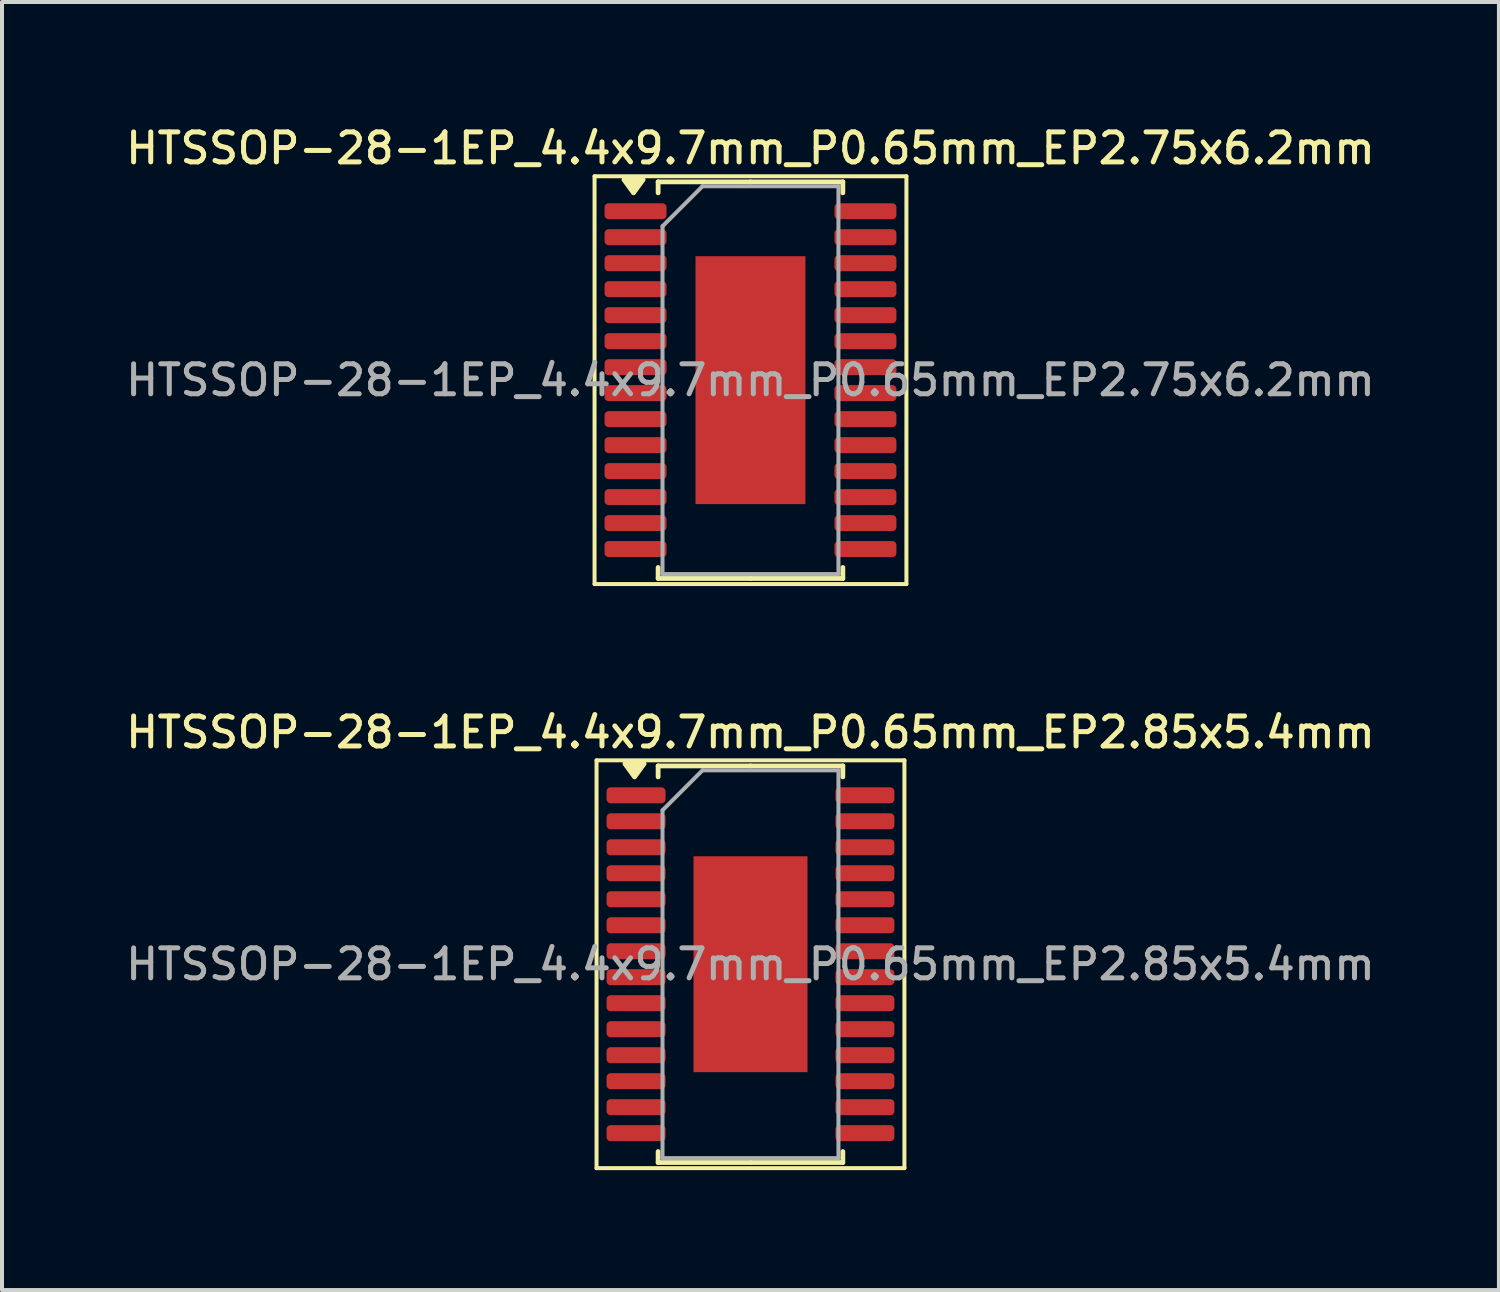
<source format=kicad_pcb>
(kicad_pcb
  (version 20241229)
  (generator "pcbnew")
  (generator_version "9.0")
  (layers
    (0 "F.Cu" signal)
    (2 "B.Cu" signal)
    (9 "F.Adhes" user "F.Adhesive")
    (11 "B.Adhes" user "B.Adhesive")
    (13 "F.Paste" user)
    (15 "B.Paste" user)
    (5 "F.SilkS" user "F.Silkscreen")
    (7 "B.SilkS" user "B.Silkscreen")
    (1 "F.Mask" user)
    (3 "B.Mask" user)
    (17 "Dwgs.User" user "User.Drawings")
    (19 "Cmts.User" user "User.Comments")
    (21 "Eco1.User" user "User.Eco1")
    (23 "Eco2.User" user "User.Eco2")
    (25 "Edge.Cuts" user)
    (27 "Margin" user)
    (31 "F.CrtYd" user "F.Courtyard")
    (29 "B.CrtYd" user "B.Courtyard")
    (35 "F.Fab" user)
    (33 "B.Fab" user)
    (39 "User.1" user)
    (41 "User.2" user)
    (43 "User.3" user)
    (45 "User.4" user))
  (footprint "HTSSOP-28-1EP_4.4x9.7mm_P0.65mm_EP2.85x5.4mm"
    (layer "F.Cu")
    (at 15.72 21.066)
    (property "Reference" "HTSSOP-28-1EP_4.4x9.7mm_P0.65mm_EP2.85x5.4mm" (at 0 -5.8 0) (layer "F.SilkS") (effects (font (size 0.75 0.75) (thickness 0.125))))
    (attr smd)
    (fp_line (start -3.85 -5.1) (end -3.85 5.1) (stroke (width 0.1) (type solid)) (layer "F.SilkS"))
    (fp_line (start -3.85 5.1) (end 3.85 5.1) (stroke (width 0.1) (type solid)) (layer "F.SilkS"))
    (fp_line (start -2.31 -4.96) (end -2.31 -4.685) (stroke (width 0.12) (type solid)) (layer "F.SilkS"))
    (fp_line (start -2.31 4.96) (end -2.31 4.685) (stroke (width 0.12) (type solid)) (layer "F.SilkS"))
    (fp_line (start 0 -4.96) (end -2.31 -4.96) (stroke (width 0.12) (type solid)) (layer "F.SilkS"))
    (fp_line (start 0 -4.96) (end 2.31 -4.96) (stroke (width 0.12) (type solid)) (layer "F.SilkS"))
    (fp_line (start 0 4.96) (end -2.31 4.96) (stroke (width 0.12) (type solid)) (layer "F.SilkS"))
    (fp_line (start 0 4.96) (end 2.31 4.96) (stroke (width 0.12) (type solid)) (layer "F.SilkS"))
    (fp_line (start 2.31 -4.96) (end 2.31 -4.685) (stroke (width 0.12) (type solid)) (layer "F.SilkS"))
    (fp_line (start 2.31 4.96) (end 2.31 4.685) (stroke (width 0.12) (type solid)) (layer "F.SilkS"))
    (fp_line (start 3.85 -5.1) (end -3.85 -5.1) (stroke (width 0.1) (type solid)) (layer "F.SilkS"))
    (fp_line (start 3.85 5.1) (end 3.85 -5.1) (stroke (width 0.1) (type solid)) (layer "F.SilkS"))
    (fp_poly (pts (xy -2.9 -4.685) (xy -3.14 -5.015) (xy -2.66 -5.015) (xy -2.9 -4.685)) (stroke (width 0.12) (type solid)) (fill yes) (layer "F.SilkS"))
    (fp_line (start -2.2 -3.85) (end -1.2 -4.85) (stroke (width 0.1) (type solid)) (layer "F.Fab"))
    (fp_line (start -2.2 4.85) (end -2.2 -3.85) (stroke (width 0.1) (type solid)) (layer "F.Fab"))
    (fp_line (start -1.2 -4.85) (end 2.2 -4.85) (stroke (width 0.1) (type solid)) (layer "F.Fab"))
    (fp_line (start 2.2 -4.85) (end 2.2 4.85) (stroke (width 0.1) (type solid)) (layer "F.Fab"))
    (fp_line (start 2.2 4.85) (end -2.2 4.85) (stroke (width 0.1) (type solid)) (layer "F.Fab"))
    (fp_text user "${REFERENCE}" (at 0 0 0) (layer "F.Fab") (effects (font (size 0.75 0.75) (thickness 0.125))))
    (pad "" smd roundrect (at 0 0) (size 2.3 4.35) (layers "F.Paste") (roundrect_rratio 0.109))
    (pad "1" smd roundrect (at -2.862 -4.225) (size 1.475 0.4) (layers "F.Cu" "F.Mask" "F.Paste") (roundrect_rratio 0.25))
    (pad "2" smd roundrect (at -2.862 -3.575) (size 1.475 0.4) (layers "F.Cu" "F.Mask" "F.Paste") (roundrect_rratio 0.25))
    (pad "3" smd roundrect (at -2.862 -2.925) (size 1.475 0.4) (layers "F.Cu" "F.Mask" "F.Paste") (roundrect_rratio 0.25))
    (pad "4" smd roundrect (at -2.862 -2.275) (size 1.475 0.4) (layers "F.Cu" "F.Mask" "F.Paste") (roundrect_rratio 0.25))
    (pad "5" smd roundrect (at -2.862 -1.625) (size 1.475 0.4) (layers "F.Cu" "F.Mask" "F.Paste") (roundrect_rratio 0.25))
    (pad "6" smd roundrect (at -2.862 -0.975) (size 1.475 0.4) (layers "F.Cu" "F.Mask" "F.Paste") (roundrect_rratio 0.25))
    (pad "7" smd roundrect (at -2.862 -0.325) (size 1.475 0.4) (layers "F.Cu" "F.Mask" "F.Paste") (roundrect_rratio 0.25))
    (pad "8" smd roundrect (at -2.862 0.325) (size 1.475 0.4) (layers "F.Cu" "F.Mask" "F.Paste") (roundrect_rratio 0.25))
    (pad "9" smd roundrect (at -2.862 0.975) (size 1.475 0.4) (layers "F.Cu" "F.Mask" "F.Paste") (roundrect_rratio 0.25))
    (pad "10" smd roundrect (at -2.862 1.625) (size 1.475 0.4) (layers "F.Cu" "F.Mask" "F.Paste") (roundrect_rratio 0.25))
    (pad "11" smd roundrect (at -2.862 2.275) (size 1.475 0.4) (layers "F.Cu" "F.Mask" "F.Paste") (roundrect_rratio 0.25))
    (pad "12" smd roundrect (at -2.862 2.925) (size 1.475 0.4) (layers "F.Cu" "F.Mask" "F.Paste") (roundrect_rratio 0.25))
    (pad "13" smd roundrect (at -2.862 3.575) (size 1.475 0.4) (layers "F.Cu" "F.Mask" "F.Paste") (roundrect_rratio 0.25))
    (pad "14" smd roundrect (at -2.862 4.225) (size 1.475 0.4) (layers "F.Cu" "F.Mask" "F.Paste") (roundrect_rratio 0.25))
    (pad "15" smd roundrect (at 2.862 4.225) (size 1.475 0.4) (layers "F.Cu" "F.Mask" "F.Paste") (roundrect_rratio 0.25))
    (pad "16" smd roundrect (at 2.862 3.575) (size 1.475 0.4) (layers "F.Cu" "F.Mask" "F.Paste") (roundrect_rratio 0.25))
    (pad "17" smd roundrect (at 2.862 2.925) (size 1.475 0.4) (layers "F.Cu" "F.Mask" "F.Paste") (roundrect_rratio 0.25))
    (pad "18" smd roundrect (at 2.862 2.275) (size 1.475 0.4) (layers "F.Cu" "F.Mask" "F.Paste") (roundrect_rratio 0.25))
    (pad "19" smd roundrect (at 2.862 1.625) (size 1.475 0.4) (layers "F.Cu" "F.Mask" "F.Paste") (roundrect_rratio 0.25))
    (pad "20" smd roundrect (at 2.862 0.975) (size 1.475 0.4) (layers "F.Cu" "F.Mask" "F.Paste") (roundrect_rratio 0.25))
    (pad "21" smd roundrect (at 2.862 0.325) (size 1.475 0.4) (layers "F.Cu" "F.Mask" "F.Paste") (roundrect_rratio 0.25))
    (pad "22" smd roundrect (at 2.862 -0.325) (size 1.475 0.4) (layers "F.Cu" "F.Mask" "F.Paste") (roundrect_rratio 0.25))
    (pad "23" smd roundrect (at 2.862 -0.975) (size 1.475 0.4) (layers "F.Cu" "F.Mask" "F.Paste") (roundrect_rratio 0.25))
    (pad "24" smd roundrect (at 2.862 -1.625) (size 1.475 0.4) (layers "F.Cu" "F.Mask" "F.Paste") (roundrect_rratio 0.25))
    (pad "25" smd roundrect (at 2.862 -2.275) (size 1.475 0.4) (layers "F.Cu" "F.Mask" "F.Paste") (roundrect_rratio 0.25))
    (pad "26" smd roundrect (at 2.862 -2.925) (size 1.475 0.4) (layers "F.Cu" "F.Mask" "F.Paste") (roundrect_rratio 0.25))
    (pad "27" smd roundrect (at 2.862 -3.575) (size 1.475 0.4) (layers "F.Cu" "F.Mask" "F.Paste") (roundrect_rratio 0.25))
    (pad "28" smd roundrect (at 2.862 -4.225) (size 1.475 0.4) (layers "F.Cu" "F.Mask" "F.Paste") (roundrect_rratio 0.25))
    (pad "29" smd rect (at 0 0) (size 2.85 5.4) (property pad_prop_heatsink) (layers "F.Cu" "F.Mask")))
  (footprint "HTSSOP-28-1EP_4.4x9.7mm_P0.65mm_EP2.75x6.2mm"
    (layer "F.Cu")
    (at 15.72 6.458)
    (property "Reference" "HTSSOP-28-1EP_4.4x9.7mm_P0.65mm_EP2.75x6.2mm" (at 0 -5.8 0) (layer "F.SilkS") (effects (font (size 0.75 0.75) (thickness 0.125))))
    (attr smd)
    (fp_line (start -3.9 -5.1) (end -3.9 5.1) (stroke (width 0.1) (type solid)) (layer "F.SilkS"))
    (fp_line (start -3.9 5.1) (end 3.9 5.1) (stroke (width 0.1) (type solid)) (layer "F.SilkS"))
    (fp_line (start -2.31 -4.96) (end -2.31 -4.685) (stroke (width 0.12) (type solid)) (layer "F.SilkS"))
    (fp_line (start -2.31 4.96) (end -2.31 4.685) (stroke (width 0.12) (type solid)) (layer "F.SilkS"))
    (fp_line (start 0 -4.96) (end -2.31 -4.96) (stroke (width 0.12) (type solid)) (layer "F.SilkS"))
    (fp_line (start 0 -4.96) (end 2.31 -4.96) (stroke (width 0.12) (type solid)) (layer "F.SilkS"))
    (fp_line (start 0 4.96) (end -2.31 4.96) (stroke (width 0.12) (type solid)) (layer "F.SilkS"))
    (fp_line (start 0 4.96) (end 2.31 4.96) (stroke (width 0.12) (type solid)) (layer "F.SilkS"))
    (fp_line (start 2.31 -4.96) (end 2.31 -4.685) (stroke (width 0.12) (type solid)) (layer "F.SilkS"))
    (fp_line (start 2.31 4.96) (end 2.31 4.685) (stroke (width 0.12) (type solid)) (layer "F.SilkS"))
    (fp_line (start 3.9 -5.1) (end -3.9 -5.1) (stroke (width 0.1) (type solid)) (layer "F.SilkS"))
    (fp_line (start 3.9 5.1) (end 3.9 -5.1) (stroke (width 0.1) (type solid)) (layer "F.SilkS"))
    (fp_poly (pts (xy -2.925 -4.685) (xy -3.165 -5.015) (xy -2.685 -5.015) (xy -2.925 -4.685)) (stroke (width 0.12) (type solid)) (fill yes) (layer "F.SilkS"))
    (fp_line (start -2.2 -3.85) (end -1.2 -4.85) (stroke (width 0.1) (type solid)) (layer "F.Fab"))
    (fp_line (start -2.2 4.85) (end -2.2 -3.85) (stroke (width 0.1) (type solid)) (layer "F.Fab"))
    (fp_line (start -1.2 -4.85) (end 2.2 -4.85) (stroke (width 0.1) (type solid)) (layer "F.Fab"))
    (fp_line (start 2.2 -4.85) (end 2.2 4.85) (stroke (width 0.1) (type solid)) (layer "F.Fab"))
    (fp_line (start 2.2 4.85) (end -2.2 4.85) (stroke (width 0.1) (type solid)) (layer "F.Fab"))
    (fp_text user "${REFERENCE}" (at 0 0 0) (layer "F.Fab") (effects (font (size 0.75 0.75) (thickness 0.125))))
    (pad "" smd roundrect (at 0 0) (size 2.22 5) (layers "F.Paste") (roundrect_rratio 0.113))
    (pad "1" smd roundrect (at -2.875 -4.225) (size 1.55 0.4) (layers "F.Cu" "F.Mask" "F.Paste") (roundrect_rratio 0.25))
    (pad "2" smd roundrect (at -2.875 -3.575) (size 1.55 0.4) (layers "F.Cu" "F.Mask" "F.Paste") (roundrect_rratio 0.25))
    (pad "3" smd roundrect (at -2.875 -2.925) (size 1.55 0.4) (layers "F.Cu" "F.Mask" "F.Paste") (roundrect_rratio 0.25))
    (pad "4" smd roundrect (at -2.875 -2.275) (size 1.55 0.4) (layers "F.Cu" "F.Mask" "F.Paste") (roundrect_rratio 0.25))
    (pad "5" smd roundrect (at -2.875 -1.625) (size 1.55 0.4) (layers "F.Cu" "F.Mask" "F.Paste") (roundrect_rratio 0.25))
    (pad "6" smd roundrect (at -2.875 -0.975) (size 1.55 0.4) (layers "F.Cu" "F.Mask" "F.Paste") (roundrect_rratio 0.25))
    (pad "7" smd roundrect (at -2.875 -0.325) (size 1.55 0.4) (layers "F.Cu" "F.Mask" "F.Paste") (roundrect_rratio 0.25))
    (pad "8" smd roundrect (at -2.875 0.325) (size 1.55 0.4) (layers "F.Cu" "F.Mask" "F.Paste") (roundrect_rratio 0.25))
    (pad "9" smd roundrect (at -2.875 0.975) (size 1.55 0.4) (layers "F.Cu" "F.Mask" "F.Paste") (roundrect_rratio 0.25))
    (pad "10" smd roundrect (at -2.875 1.625) (size 1.55 0.4) (layers "F.Cu" "F.Mask" "F.Paste") (roundrect_rratio 0.25))
    (pad "11" smd roundrect (at -2.875 2.275) (size 1.55 0.4) (layers "F.Cu" "F.Mask" "F.Paste") (roundrect_rratio 0.25))
    (pad "12" smd roundrect (at -2.875 2.925) (size 1.55 0.4) (layers "F.Cu" "F.Mask" "F.Paste") (roundrect_rratio 0.25))
    (pad "13" smd roundrect (at -2.875 3.575) (size 1.55 0.4) (layers "F.Cu" "F.Mask" "F.Paste") (roundrect_rratio 0.25))
    (pad "14" smd roundrect (at -2.875 4.225) (size 1.55 0.4) (layers "F.Cu" "F.Mask" "F.Paste") (roundrect_rratio 0.25))
    (pad "15" smd roundrect (at 2.875 4.225) (size 1.55 0.4) (layers "F.Cu" "F.Mask" "F.Paste") (roundrect_rratio 0.25))
    (pad "16" smd roundrect (at 2.875 3.575) (size 1.55 0.4) (layers "F.Cu" "F.Mask" "F.Paste") (roundrect_rratio 0.25))
    (pad "17" smd roundrect (at 2.875 2.925) (size 1.55 0.4) (layers "F.Cu" "F.Mask" "F.Paste") (roundrect_rratio 0.25))
    (pad "18" smd roundrect (at 2.875 2.275) (size 1.55 0.4) (layers "F.Cu" "F.Mask" "F.Paste") (roundrect_rratio 0.25))
    (pad "19" smd roundrect (at 2.875 1.625) (size 1.55 0.4) (layers "F.Cu" "F.Mask" "F.Paste") (roundrect_rratio 0.25))
    (pad "20" smd roundrect (at 2.875 0.975) (size 1.55 0.4) (layers "F.Cu" "F.Mask" "F.Paste") (roundrect_rratio 0.25))
    (pad "21" smd roundrect (at 2.875 0.325) (size 1.55 0.4) (layers "F.Cu" "F.Mask" "F.Paste") (roundrect_rratio 0.25))
    (pad "22" smd roundrect (at 2.875 -0.325) (size 1.55 0.4) (layers "F.Cu" "F.Mask" "F.Paste") (roundrect_rratio 0.25))
    (pad "23" smd roundrect (at 2.875 -0.975) (size 1.55 0.4) (layers "F.Cu" "F.Mask" "F.Paste") (roundrect_rratio 0.25))
    (pad "24" smd roundrect (at 2.875 -1.625) (size 1.55 0.4) (layers "F.Cu" "F.Mask" "F.Paste") (roundrect_rratio 0.25))
    (pad "25" smd roundrect (at 2.875 -2.275) (size 1.55 0.4) (layers "F.Cu" "F.Mask" "F.Paste") (roundrect_rratio 0.25))
    (pad "26" smd roundrect (at 2.875 -2.925) (size 1.55 0.4) (layers "F.Cu" "F.Mask" "F.Paste") (roundrect_rratio 0.25))
    (pad "27" smd roundrect (at 2.875 -3.575) (size 1.55 0.4) (layers "F.Cu" "F.Mask" "F.Paste") (roundrect_rratio 0.25))
    (pad "28" smd roundrect (at 2.875 -4.225) (size 1.55 0.4) (layers "F.Cu" "F.Mask" "F.Paste") (roundrect_rratio 0.25))
    (pad "29" smd rect (at 0 0) (size 2.75 6.2) (property pad_prop_heatsink) (layers "F.Cu" "F.Mask")))
  (gr_rect
    (start -3 -3)
    (end 34.439 29.216)
    (stroke (width 0.1) (type default))
    (fill no)
    (layer "Edge.Cuts")))
</source>
